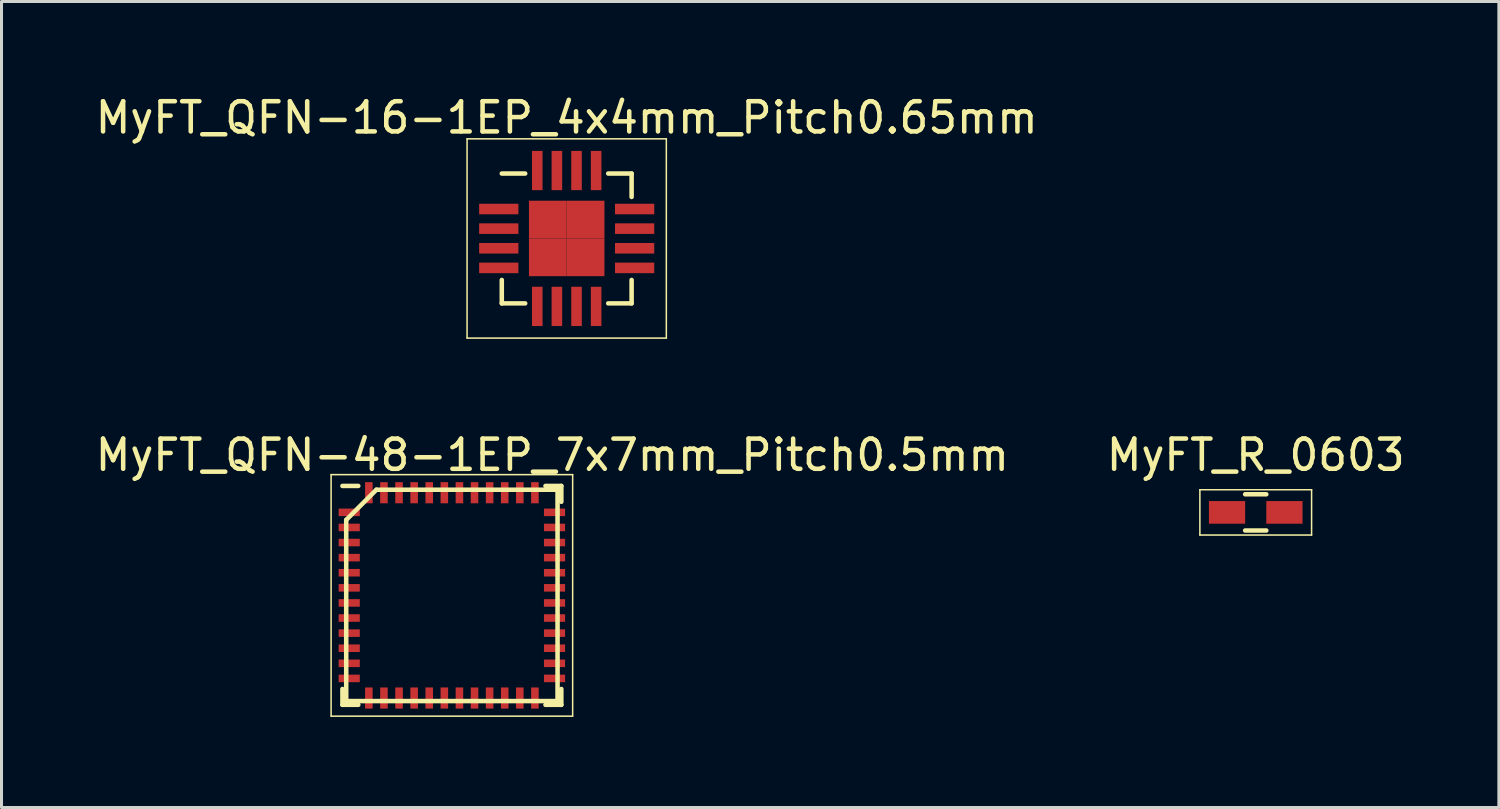
<source format=kicad_pcb>
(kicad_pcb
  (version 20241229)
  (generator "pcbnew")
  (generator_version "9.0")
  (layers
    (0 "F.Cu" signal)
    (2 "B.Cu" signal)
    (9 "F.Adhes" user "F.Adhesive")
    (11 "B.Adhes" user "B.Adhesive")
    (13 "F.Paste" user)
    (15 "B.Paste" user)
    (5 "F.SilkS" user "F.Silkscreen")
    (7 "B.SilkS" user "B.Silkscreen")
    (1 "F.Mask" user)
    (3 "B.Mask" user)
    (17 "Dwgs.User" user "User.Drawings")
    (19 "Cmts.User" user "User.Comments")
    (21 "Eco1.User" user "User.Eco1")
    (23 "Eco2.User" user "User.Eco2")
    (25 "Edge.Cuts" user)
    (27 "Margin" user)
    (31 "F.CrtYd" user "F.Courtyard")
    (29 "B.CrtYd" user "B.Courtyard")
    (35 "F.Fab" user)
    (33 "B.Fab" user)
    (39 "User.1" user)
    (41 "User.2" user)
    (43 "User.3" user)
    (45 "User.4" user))
  (footprint "MyFT_QFN-16-1EP_4x4mm_Pitch0.65mm"
    (layer "F.Cu")
    (at 15.72 4.848)
    (property "Reference" "MyFT_QFN-16-1EP_4x4mm_Pitch0.65mm" (at 0 -4 0) (layer "F.SilkS") (effects (font (size 1 1) (thickness 0.15))))
    (attr smd)
    (fp_line (start -3.3 -3.3) (end -3.3 3.3) (stroke (width 0.05) (type solid)) (layer "F.SilkS"))
    (fp_line (start -3.3 -3.3) (end 3.3 -3.3) (stroke (width 0.05) (type solid)) (layer "F.SilkS"))
    (fp_line (start -3.3 3.3) (end 3.3 3.3) (stroke (width 0.05) (type solid)) (layer "F.SilkS"))
    (fp_line (start -2.15 -2.15) (end -1.375 -2.15) (stroke (width 0.15) (type solid)) (layer "F.SilkS"))
    (fp_line (start -2.15 2.15) (end -2.15 1.375) (stroke (width 0.15) (type solid)) (layer "F.SilkS"))
    (fp_line (start -2.15 2.15) (end -1.375 2.15) (stroke (width 0.15) (type solid)) (layer "F.SilkS"))
    (fp_line (start 2.15 -2.15) (end 1.375 -2.15) (stroke (width 0.15) (type solid)) (layer "F.SilkS"))
    (fp_line (start 2.15 -2.15) (end 2.15 -1.375) (stroke (width 0.15) (type solid)) (layer "F.SilkS"))
    (fp_line (start 2.15 2.15) (end 1.375 2.15) (stroke (width 0.15) (type solid)) (layer "F.SilkS"))
    (fp_line (start 2.15 2.15) (end 2.15 1.375) (stroke (width 0.15) (type solid)) (layer "F.SilkS"))
    (fp_line (start 3.3 -3.3) (end 3.3 3.3) (stroke (width 0.05) (type solid)) (layer "F.SilkS"))
    (pad "1" smd rect (at -2.25 -0.975) (size 1.3 0.35) (layers "F.Cu" "F.Mask" "F.Paste"))
    (pad "2" smd rect (at -2.25 -0.325) (size 1.3 0.35) (layers "F.Cu" "F.Mask" "F.Paste"))
    (pad "3" smd rect (at -2.25 0.325) (size 1.3 0.35) (layers "F.Cu" "F.Mask" "F.Paste"))
    (pad "4" smd rect (at -2.25 0.975) (size 1.3 0.35) (layers "F.Cu" "F.Mask" "F.Paste"))
    (pad "5" smd rect (at -0.975 2.25 90) (size 1.3 0.35) (layers "F.Cu" "F.Mask" "F.Paste"))
    (pad "6" smd rect (at -0.325 2.25 90) (size 1.3 0.35) (layers "F.Cu" "F.Mask" "F.Paste"))
    (pad "7" smd rect (at 0.325 2.25 90) (size 1.3 0.35) (layers "F.Cu" "F.Mask" "F.Paste"))
    (pad "8" smd rect (at 0.975 2.25 90) (size 1.3 0.35) (layers "F.Cu" "F.Mask" "F.Paste"))
    (pad "9" smd rect (at 2.25 0.975) (size 1.3 0.35) (layers "F.Cu" "F.Mask" "F.Paste"))
    (pad "10" smd rect (at 2.25 0.325) (size 1.3 0.35) (layers "F.Cu" "F.Mask" "F.Paste"))
    (pad "11" smd rect (at 2.25 -0.325) (size 1.3 0.35) (layers "F.Cu" "F.Mask" "F.Paste"))
    (pad "12" smd rect (at 2.25 -0.975) (size 1.3 0.35) (layers "F.Cu" "F.Mask" "F.Paste"))
    (pad "13" smd rect (at 0.975 -2.25 90) (size 1.3 0.35) (layers "F.Cu" "F.Mask" "F.Paste"))
    (pad "14" smd rect (at 0.325 -2.25 90) (size 1.3 0.35) (layers "F.Cu" "F.Mask" "F.Paste"))
    (pad "15" smd rect (at -0.325 -2.25 90) (size 1.3 0.35) (layers "F.Cu" "F.Mask" "F.Paste"))
    (pad "16" smd rect (at -0.975 -2.25 90) (size 1.3 0.35) (layers "F.Cu" "F.Mask" "F.Paste"))
    (pad "17" smd rect (at -0.625 -0.625) (size 1.25 1.25) (layers "F.Cu" "F.Mask" "F.Paste"))
    (pad "17" smd rect (at -0.625 0.625) (size 1.25 1.25) (layers "F.Cu" "F.Mask" "F.Paste"))
    (pad "17" smd rect (at 0.625 -0.625) (size 1.25 1.25) (layers "F.Cu" "F.Mask" "F.Paste"))
    (pad "17" smd rect (at 0.625 0.625) (size 1.25 1.25) (layers "F.Cu" "F.Mask" "F.Paste")))
  (footprint "MyFT_QFN-48-1EP_7x7mm_Pitch0.5mm"
    (layer "F.Cu")
    (at 11.917 16.67)
    (property "Reference" "MyFT_QFN-48-1EP_7x7mm_Pitch0.5mm" (at 3.327 -4.648 0) (layer "F.SilkS") (effects (font (size 1 1) (thickness 0.15))))
    (attr smd)
    (fp_line (start -4 -4) (end -4 4) (stroke (width 0.05) (type solid)) (layer "F.SilkS"))
    (fp_line (start -4 -4) (end 4 -4) (stroke (width 0.05) (type solid)) (layer "F.SilkS"))
    (fp_line (start -4 4) (end 4 4) (stroke (width 0.05) (type solid)) (layer "F.SilkS"))
    (fp_line (start -3.625 -3.625) (end -3.1 -3.625) (stroke (width 0.15) (type solid)) (layer "F.SilkS"))
    (fp_line (start -3.625 3.625) (end -3.625 3.1) (stroke (width 0.15) (type solid)) (layer "F.SilkS"))
    (fp_line (start -3.625 3.625) (end -3.1 3.625) (stroke (width 0.15) (type solid)) (layer "F.SilkS"))
    (fp_line (start -3.5 -2.5) (end -2.5 -3.5) (stroke (width 0.15) (type solid)) (layer "F.SilkS"))
    (fp_line (start -3.5 3.5) (end -3.5 -2.5) (stroke (width 0.15) (type solid)) (layer "F.SilkS"))
    (fp_line (start -2.5 -3.5) (end 3.5 -3.5) (stroke (width 0.15) (type solid)) (layer "F.SilkS"))
    (fp_line (start 3.5 -3.5) (end 3.5 3.5) (stroke (width 0.15) (type solid)) (layer "F.SilkS"))
    (fp_line (start 3.5 3.5) (end -3.5 3.5) (stroke (width 0.15) (type solid)) (layer "F.SilkS"))
    (fp_line (start 3.625 -3.625) (end 3.1 -3.625) (stroke (width 0.15) (type solid)) (layer "F.SilkS"))
    (fp_line (start 3.625 -3.625) (end 3.625 -3.1) (stroke (width 0.15) (type solid)) (layer "F.SilkS"))
    (fp_line (start 3.625 3.625) (end 3.1 3.625) (stroke (width 0.15) (type solid)) (layer "F.SilkS"))
    (fp_line (start 3.625 3.625) (end 3.625 3.1) (stroke (width 0.15) (type solid)) (layer "F.SilkS"))
    (fp_line (start 4 -4) (end 4 4) (stroke (width 0.05) (type solid)) (layer "F.SilkS"))
    (pad "1" smd rect (at -3.4 -2.75) (size 0.7 0.25) (layers "F.Cu" "F.Mask" "F.Paste"))
    (pad "2" smd rect (at -3.4 -2.25) (size 0.7 0.25) (layers "F.Cu" "F.Mask" "F.Paste"))
    (pad "3" smd rect (at -3.4 -1.75) (size 0.7 0.25) (layers "F.Cu" "F.Mask" "F.Paste"))
    (pad "4" smd rect (at -3.4 -1.25) (size 0.7 0.25) (layers "F.Cu" "F.Mask" "F.Paste"))
    (pad "5" smd rect (at -3.4 -0.75) (size 0.7 0.25) (layers "F.Cu" "F.Mask" "F.Paste"))
    (pad "6" smd rect (at -3.4 -0.25) (size 0.7 0.25) (layers "F.Cu" "F.Mask" "F.Paste"))
    (pad "7" smd rect (at -3.4 0.25) (size 0.7 0.25) (layers "F.Cu" "F.Mask" "F.Paste"))
    (pad "8" smd rect (at -3.4 0.75) (size 0.7 0.25) (layers "F.Cu" "F.Mask" "F.Paste"))
    (pad "9" smd rect (at -3.4 1.25) (size 0.7 0.25) (layers "F.Cu" "F.Mask" "F.Paste"))
    (pad "10" smd rect (at -3.4 1.75) (size 0.7 0.25) (layers "F.Cu" "F.Mask" "F.Paste"))
    (pad "11" smd rect (at -3.4 2.25) (size 0.7 0.25) (layers "F.Cu" "F.Mask" "F.Paste"))
    (pad "12" smd rect (at -3.4 2.75) (size 0.7 0.25) (layers "F.Cu" "F.Mask" "F.Paste"))
    (pad "13" smd rect (at -2.75 3.4 90) (size 0.7 0.25) (layers "F.Cu" "F.Mask" "F.Paste"))
    (pad "14" smd rect (at -2.25 3.4 90) (size 0.7 0.25) (layers "F.Cu" "F.Mask" "F.Paste"))
    (pad "15" smd rect (at -1.75 3.4 90) (size 0.7 0.25) (layers "F.Cu" "F.Mask" "F.Paste"))
    (pad "16" smd rect (at -1.25 3.4 90) (size 0.7 0.25) (layers "F.Cu" "F.Mask" "F.Paste"))
    (pad "17" smd rect (at -0.75 3.4 90) (size 0.7 0.25) (layers "F.Cu" "F.Mask" "F.Paste"))
    (pad "18" smd rect (at -0.25 3.4 90) (size 0.7 0.25) (layers "F.Cu" "F.Mask" "F.Paste"))
    (pad "19" smd rect (at 0.25 3.4 90) (size 0.7 0.25) (layers "F.Cu" "F.Mask" "F.Paste"))
    (pad "20" smd rect (at 0.75 3.4 90) (size 0.7 0.25) (layers "F.Cu" "F.Mask" "F.Paste"))
    (pad "21" smd rect (at 1.25 3.4 90) (size 0.7 0.25) (layers "F.Cu" "F.Mask" "F.Paste"))
    (pad "22" smd rect (at 1.75 3.4 90) (size 0.7 0.25) (layers "F.Cu" "F.Mask" "F.Paste"))
    (pad "23" smd rect (at 2.25 3.4 90) (size 0.7 0.25) (layers "F.Cu" "F.Mask" "F.Paste"))
    (pad "24" smd rect (at 2.75 3.4 90) (size 0.7 0.25) (layers "F.Cu" "F.Mask" "F.Paste"))
    (pad "25" smd rect (at 3.4 2.75) (size 0.7 0.25) (layers "F.Cu" "F.Mask" "F.Paste"))
    (pad "26" smd rect (at 3.4 2.25) (size 0.7 0.25) (layers "F.Cu" "F.Mask" "F.Paste"))
    (pad "27" smd rect (at 3.4 1.75) (size 0.7 0.25) (layers "F.Cu" "F.Mask" "F.Paste"))
    (pad "28" smd rect (at 3.4 1.25) (size 0.7 0.25) (layers "F.Cu" "F.Mask" "F.Paste"))
    (pad "29" smd rect (at 3.4 0.75) (size 0.7 0.25) (layers "F.Cu" "F.Mask" "F.Paste"))
    (pad "30" smd rect (at 3.4 0.25) (size 0.7 0.25) (layers "F.Cu" "F.Mask" "F.Paste"))
    (pad "31" smd rect (at 3.4 -0.25) (size 0.7 0.25) (layers "F.Cu" "F.Mask" "F.Paste"))
    (pad "32" smd rect (at 3.4 -0.75) (size 0.7 0.25) (layers "F.Cu" "F.Mask" "F.Paste"))
    (pad "33" smd rect (at 3.4 -1.25) (size 0.7 0.25) (layers "F.Cu" "F.Mask" "F.Paste"))
    (pad "34" smd rect (at 3.4 -1.75) (size 0.7 0.25) (layers "F.Cu" "F.Mask" "F.Paste"))
    (pad "35" smd rect (at 3.4 -2.25) (size 0.7 0.25) (layers "F.Cu" "F.Mask" "F.Paste"))
    (pad "36" smd rect (at 3.4 -2.75) (size 0.7 0.25) (layers "F.Cu" "F.Mask" "F.Paste"))
    (pad "37" smd rect (at 2.75 -3.4 90) (size 0.7 0.25) (layers "F.Cu" "F.Mask" "F.Paste"))
    (pad "38" smd rect (at 2.25 -3.4 90) (size 0.7 0.25) (layers "F.Cu" "F.Mask" "F.Paste"))
    (pad "39" smd rect (at 1.75 -3.4 90) (size 0.7 0.25) (layers "F.Cu" "F.Mask" "F.Paste"))
    (pad "40" smd rect (at 1.25 -3.4 90) (size 0.7 0.25) (layers "F.Cu" "F.Mask" "F.Paste"))
    (pad "41" smd rect (at 0.75 -3.4 90) (size 0.7 0.25) (layers "F.Cu" "F.Mask" "F.Paste"))
    (pad "42" smd rect (at 0.25 -3.4 90) (size 0.7 0.25) (layers "F.Cu" "F.Mask" "F.Paste"))
    (pad "43" smd rect (at -0.25 -3.4 90) (size 0.7 0.25) (layers "F.Cu" "F.Mask" "F.Paste"))
    (pad "44" smd rect (at -0.75 -3.4 90) (size 0.7 0.25) (layers "F.Cu" "F.Mask" "F.Paste"))
    (pad "45" smd rect (at -1.25 -3.4 90) (size 0.7 0.25) (layers "F.Cu" "F.Mask" "F.Paste"))
    (pad "46" smd rect (at -1.75 -3.4 90) (size 0.7 0.25) (layers "F.Cu" "F.Mask" "F.Paste"))
    (pad "47" smd rect (at -2.25 -3.4 90) (size 0.7 0.25) (layers "F.Cu" "F.Mask" "F.Paste"))
    (pad "48" smd rect (at -2.75 -3.4 90) (size 0.7 0.25) (layers "F.Cu" "F.Mask" "F.Paste")))
  (footprint "MyFT_R_0603"
    (layer "F.Cu")
    (at 38.542 13.921)
    (property "Reference" "MyFT_R_0603" (at 0 -1.9 0) (layer "F.SilkS") (effects (font (size 1 1) (thickness 0.15))))
    (attr smd)
    (fp_line (start -1.85 -0.75) (end -1.85 0.75) (stroke (width 0.05) (type solid)) (layer "F.SilkS"))
    (fp_line (start -1.85 -0.75) (end 1.85 -0.75) (stroke (width 0.05) (type solid)) (layer "F.SilkS"))
    (fp_line (start -1.85 0.75) (end 1.85 0.75) (stroke (width 0.05) (type solid)) (layer "F.SilkS"))
    (fp_line (start -0.35 -0.6) (end 0.35 -0.6) (stroke (width 0.15) (type solid)) (layer "F.SilkS"))
    (fp_line (start 0.35 0.6) (end -0.35 0.6) (stroke (width 0.15) (type solid)) (layer "F.SilkS"))
    (fp_line (start 1.85 -0.75) (end 1.85 0.75) (stroke (width 0.05) (type solid)) (layer "F.SilkS"))
    (pad "1" smd rect (at -0.95 0) (size 1.2 0.75) (layers "F.Cu" "F.Mask" "F.Paste"))
    (pad "2" smd rect (at 0.95 0) (size 1.2 0.75) (layers "F.Cu" "F.Mask" "F.Paste")))
  (gr_rect
    (start -3 -3)
    (end 46.595 23.695)
    (stroke (width 0.1) (type default))
    (fill no)
    (layer "Edge.Cuts")))
</source>
